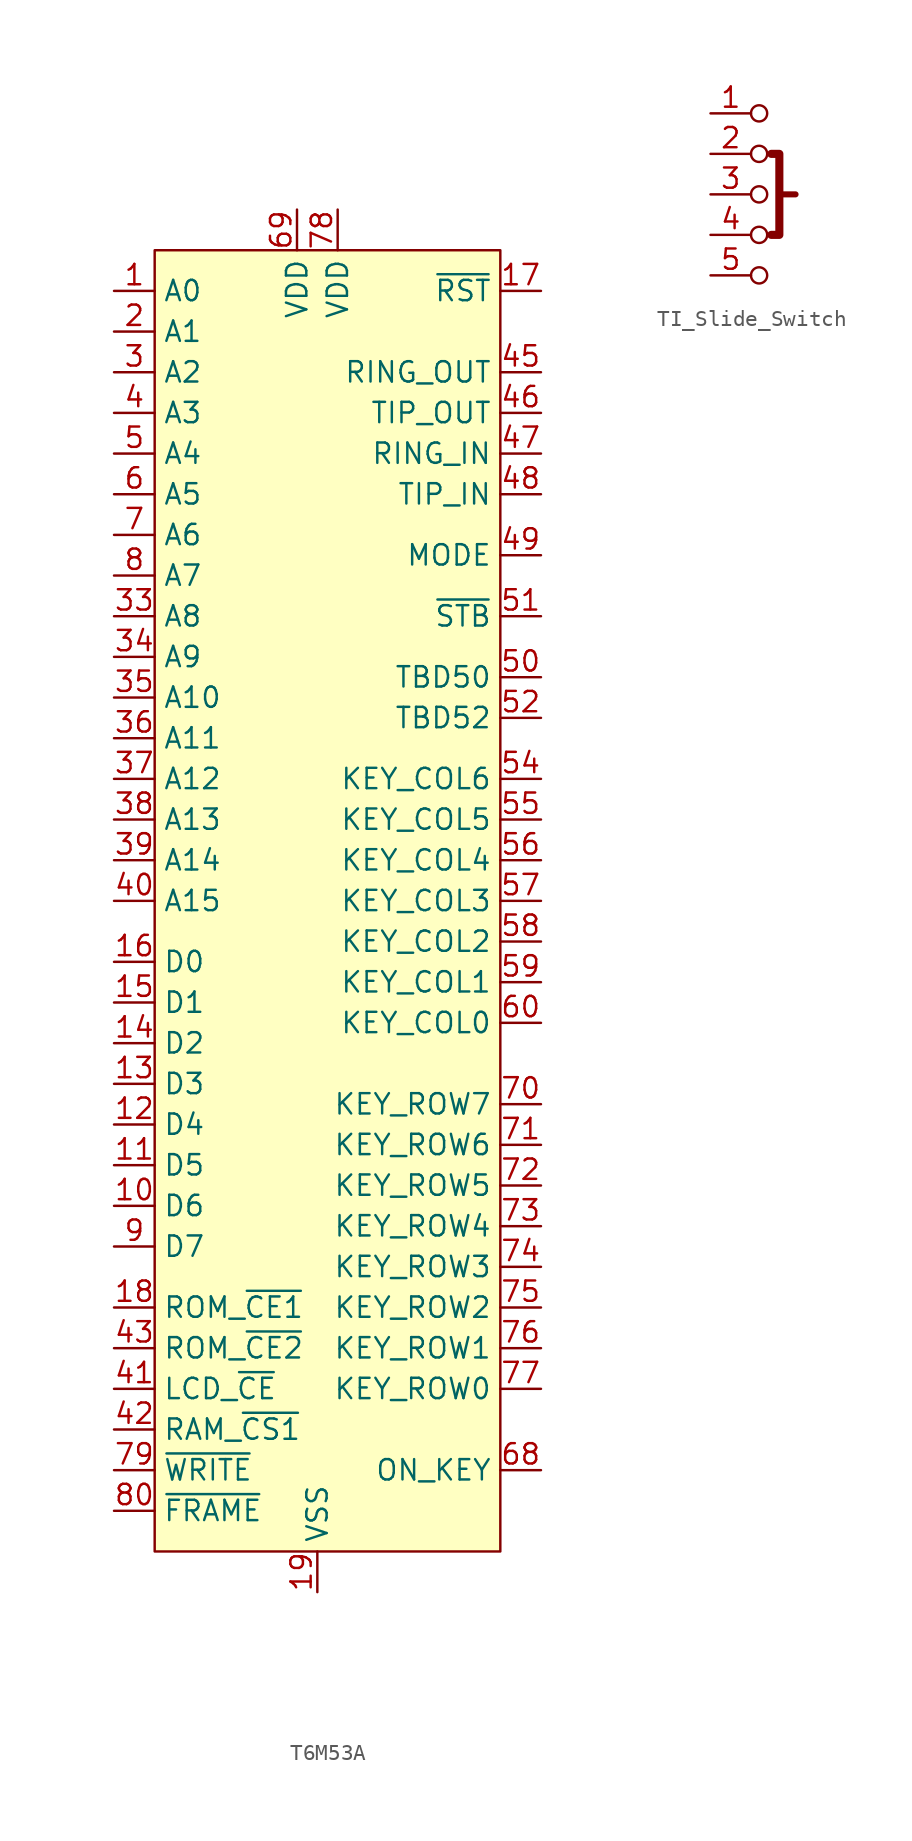
<source format=kicad_sym>
(kicad_symbol_lib
  (version 20241209)
  (generator "kicad_symbol_editor")
  (generator_version "9.0")
  (symbol "T6M53A"
    (property "Reference" "U"
      (at -9.906 41.148 0)
      (effects (font (size 1.27 1.27)) (hide yes)))
    (symbol "T6M53A_1_1"
      (rectangle (start -10.16 38.1) (end 11.43 -43.18) (stroke (width 0) (type solid)) (fill (type color) (color 255 255 194 1)))
      (pin output line (at -12.7 35.56 0) (length 2.54) (name "A0" (effects (font (size 1.27 1.27)))) (number "1" (effects (font (size 1.27 1.27)))))
      (pin output line (at -12.7 33.02 0) (length 2.54) (name "A1" (effects (font (size 1.27 1.27)))) (number "2" (effects (font (size 1.27 1.27)))))
      (pin output line (at -12.7 30.48 0) (length 2.54) (name "A2" (effects (font (size 1.27 1.27)))) (number "3" (effects (font (size 1.27 1.27)))))
      (pin output line (at -12.7 27.94 0) (length 2.54) (name "A3" (effects (font (size 1.27 1.27)))) (number "4" (effects (font (size 1.27 1.27)))))
      (pin output line (at -12.7 25.4 0) (length 2.54) (name "A4" (effects (font (size 1.27 1.27)))) (number "5" (effects (font (size 1.27 1.27)))))
      (pin output line (at -12.7 22.86 0) (length 2.54) (name "A5" (effects (font (size 1.27 1.27)))) (number "6" (effects (font (size 1.27 1.27)))))
      (pin output line (at -12.7 20.32 0) (length 2.54) (name "A6" (effects (font (size 1.27 1.27)))) (number "7" (effects (font (size 1.27 1.27)))))
      (pin output line (at -12.7 17.78 0) (length 2.54) (name "A7" (effects (font (size 1.27 1.27)))) (number "8" (effects (font (size 1.27 1.27)))))
      (pin output line (at -12.7 15.24 0) (length 2.54) (name "A8" (effects (font (size 1.27 1.27)))) (number "33" (effects (font (size 1.27 1.27)))))
      (pin output line (at -12.7 12.7 0) (length 2.54) (name "A9" (effects (font (size 1.27 1.27)))) (number "34" (effects (font (size 1.27 1.27)))))
      (pin output line (at -12.7 10.16 0) (length 2.54) (name "A10" (effects (font (size 1.27 1.27)))) (number "35" (effects (font (size 1.27 1.27)))))
      (pin output line (at -12.7 7.62 0) (length 2.54) (name "A11" (effects (font (size 1.27 1.27)))) (number "36" (effects (font (size 1.27 1.27)))))
      (pin output line (at -12.7 5.08 0) (length 2.54) (name "A12" (effects (font (size 1.27 1.27)))) (number "37" (effects (font (size 1.27 1.27)))))
      (pin output line (at -12.7 2.54 0) (length 2.54) (name "A13" (effects (font (size 1.27 1.27)))) (number "38" (effects (font (size 1.27 1.27)))))
      (pin output line (at -12.7 0 0) (length 2.54) (name "A14" (effects (font (size 1.27 1.27)))) (number "39" (effects (font (size 1.27 1.27)))))
      (pin output line (at -12.7 -2.54 0) (length 2.54) (name "A15" (effects (font (size 1.27 1.27)))) (number "40" (effects (font (size 1.27 1.27)))))
      (pin bidirectional line (at -12.7 -6.35 0) (length 2.54) (name "D0" (effects (font (size 1.27 1.27)))) (number "16" (effects (font (size 1.27 1.27)))))
      (pin bidirectional line (at -12.7 -8.89 0) (length 2.54) (name "D1" (effects (font (size 1.27 1.27)))) (number "15" (effects (font (size 1.27 1.27)))))
      (pin bidirectional line (at -12.7 -11.43 0) (length 2.54) (name "D2" (effects (font (size 1.27 1.27)))) (number "14" (effects (font (size 1.27 1.27)))))
      (pin bidirectional line (at -12.7 -13.97 0) (length 2.54) (name "D3" (effects (font (size 1.27 1.27)))) (number "13" (effects (font (size 1.27 1.27)))))
      (pin bidirectional line (at -12.7 -16.51 0) (length 2.54) (name "D4" (effects (font (size 1.27 1.27)))) (number "12" (effects (font (size 1.27 1.27)))))
      (pin bidirectional line (at -12.7 -19.05 0) (length 2.54) (name "D5" (effects (font (size 1.27 1.27)))) (number "11" (effects (font (size 1.27 1.27)))))
      (pin bidirectional line (at -12.7 -21.59 0) (length 2.54) (name "D6" (effects (font (size 1.27 1.27)))) (number "10" (effects (font (size 1.27 1.27)))))
      (pin bidirectional line (at -12.7 -24.13 0) (length 2.54) (name "D7" (effects (font (size 1.27 1.27)))) (number "9" (effects (font (size 1.27 1.27)))))
      (pin output line (at -12.7 -27.94 0) (length 2.54) (name "ROM_~{CE1}" (effects (font (size 1.27 1.27)))) (number "18" (effects (font (size 1.27 1.27)))))
      (pin output line (at -12.7 -30.48 0) (length 2.54) (name "ROM_~{CE2}" (effects (font (size 1.27 1.27)))) (number "43" (effects (font (size 1.27 1.27)))))
      (pin output line (at -12.7 -33.02 0) (length 2.54) (name "LCD_~{CE}" (effects (font (size 1.27 1.27)))) (number "41" (effects (font (size 1.27 1.27)))))
      (pin output line (at -12.7 -35.56 0) (length 2.54) (name "RAM_~{CS1}" (effects (font (size 1.27 1.27)))) (number "42" (effects (font (size 1.27 1.27)))))
      (pin output line (at -12.7 -38.1 0) (length 2.54) (name "~{WRITE}" (effects (font (size 1.27 1.27)))) (number "79" (effects (font (size 1.27 1.27)))))
      (pin output line (at -12.7 -40.64 0) (length 2.54) (name "~{FRAME}" (effects (font (size 1.27 1.27)))) (number "80" (effects (font (size 1.27 1.27)))))
      (pin power_in line (at -1.27 40.64 270) (length 2.54) (name "VDD" (effects (font (size 1.27 1.27)))) (number "69" (effects (font (size 1.27 1.27)))))
      (pin power_in line (at 0 -45.72 90) (length 2.54) (name "VSS" (effects (font (size 1.27 1.27)))) (number "19" (effects (font (size 1.27 1.27)))))
      (pin power_in line (at 1.27 40.64 270) (length 2.54) (name "VDD" (effects (font (size 1.27 1.27)))) (number "78" (effects (font (size 1.27 1.27)))))
      (pin input line (at 13.97 35.56 180) (length 2.54) (name "~{RST}" (effects (font (size 1.27 1.27)))) (number "17" (effects (font (size 1.27 1.27)))))
      (pin output line (at 13.97 30.48 180) (length 2.54) (name "RING_OUT" (effects (font (size 1.27 1.27)))) (number "45" (effects (font (size 1.27 1.27)))))
      (pin output line (at 13.97 27.94 180) (length 2.54) (name "TIP_OUT" (effects (font (size 1.27 1.27)))) (number "46" (effects (font (size 1.27 1.27)))))
      (pin input line (at 13.97 25.4 180) (length 2.54) (name "RING_IN" (effects (font (size 1.27 1.27)))) (number "47" (effects (font (size 1.27 1.27)))))
      (pin input line (at 13.97 22.86 180) (length 2.54) (name "TIP_IN" (effects (font (size 1.27 1.27)))) (number "48" (effects (font (size 1.27 1.27)))))
      (pin input line (at 13.97 19.05 180) (length 2.54) (name "MODE" (effects (font (size 1.27 1.27)))) (number "49" (effects (font (size 1.27 1.27)))))
      (pin output line (at 13.97 15.24 180) (length 2.54) (name "~{STB}" (effects (font (size 1.27 1.27)))) (number "51" (effects (font (size 1.27 1.27)))))
      (pin output line (at 13.97 11.43 180) (length 2.54) (name "TBD50" (effects (font (size 1.27 1.27)))) (number "50" (effects (font (size 1.27 1.27)))))
      (pin input line (at 13.97 8.89 180) (length 2.54) (name "TBD52" (effects (font (size 1.27 1.27)))) (number "52" (effects (font (size 1.27 1.27)))))
      (pin output line (at 13.97 5.08 180) (length 2.54) (name "KEY_COL6" (effects (font (size 1.27 1.27)))) (number "54" (effects (font (size 1.27 1.27)))))
      (pin output line (at 13.97 2.54 180) (length 2.54) (name "KEY_COL5" (effects (font (size 1.27 1.27)))) (number "55" (effects (font (size 1.27 1.27)))))
      (pin output line (at 13.97 0 180) (length 2.54) (name "KEY_COL4" (effects (font (size 1.27 1.27)))) (number "56" (effects (font (size 1.27 1.27)))))
      (pin output line (at 13.97 -2.54 180) (length 2.54) (name "KEY_COL3" (effects (font (size 1.27 1.27)))) (number "57" (effects (font (size 1.27 1.27)))))
      (pin output line (at 13.97 -5.08 180) (length 2.54) (name "KEY_COL2" (effects (font (size 1.27 1.27)))) (number "58" (effects (font (size 1.27 1.27)))))
      (pin output line (at 13.97 -7.62 180) (length 2.54) (name "KEY_COL1" (effects (font (size 1.27 1.27)))) (number "59" (effects (font (size 1.27 1.27)))))
      (pin output line (at 13.97 -10.16 180) (length 2.54) (name "KEY_COL0" (effects (font (size 1.27 1.27)))) (number "60" (effects (font (size 1.27 1.27)))))
      (pin input line (at 13.97 -15.24 180) (length 2.54) (name "KEY_ROW7" (effects (font (size 1.27 1.27)))) (number "70" (effects (font (size 1.27 1.27)))))
      (pin input line (at 13.97 -17.78 180) (length 2.54) (name "KEY_ROW6" (effects (font (size 1.27 1.27)))) (number "71" (effects (font (size 1.27 1.27)))))
      (pin input line (at 13.97 -20.32 180) (length 2.54) (name "KEY_ROW5" (effects (font (size 1.27 1.27)))) (number "72" (effects (font (size 1.27 1.27)))))
      (pin input line (at 13.97 -22.86 180) (length 2.54) (name "KEY_ROW4" (effects (font (size 1.27 1.27)))) (number "73" (effects (font (size 1.27 1.27)))))
      (pin input line (at 13.97 -25.4 180) (length 2.54) (name "KEY_ROW3" (effects (font (size 1.27 1.27)))) (number "74" (effects (font (size 1.27 1.27)))))
      (pin input line (at 13.97 -27.94 180) (length 2.54) (name "KEY_ROW2" (effects (font (size 1.27 1.27)))) (number "75" (effects (font (size 1.27 1.27)))))
      (pin input line (at 13.97 -30.48 180) (length 2.54) (name "KEY_ROW1" (effects (font (size 1.27 1.27)))) (number "76" (effects (font (size 1.27 1.27)))))
      (pin input line (at 13.97 -33.02 180) (length 2.54) (name "KEY_ROW0" (effects (font (size 1.27 1.27)))) (number "77" (effects (font (size 1.27 1.27)))))
      (pin input line (at 13.97 -38.1 180) (length 2.54) (name "ON_KEY" (effects (font (size 1.27 1.27)))) (number "68" (effects (font (size 1.27 1.27)))))))
  (symbol "TI_Slide_Switch"
    (property "Reference" "SW"
      (at 4.826 1.778 0)
      (effects (font (size 1.27 1.27)) (hide yes)))
    (symbol "TI_Slide_Switch_0_1"
      (circle (center 1.778 5.08) (radius 0.508) (stroke (width 0) (type default)) (fill (type none)))
      (circle (center 1.778 2.54) (radius 0.508) (stroke (width 0) (type default)) (fill (type none)))
      (circle (center 1.778 0) (radius 0.508) (stroke (width 0) (type default)) (fill (type none)))
      (circle (center 1.778 -2.54) (radius 0.508) (stroke (width 0) (type default)) (fill (type none)))
      (circle (center 1.778 -5.08) (radius 0.508) (stroke (width 0) (type default)) (fill (type none)))
      (polyline (pts (xy 2.54 2.54) (xy 3.048 2.54) (xy 3.048 -2.54) (xy 2.54 -2.54)) (stroke (width 0.508) (type default)) (fill (type none))))
    (symbol "TI_Slide_Switch_1_1"
      (polyline (pts (xy 3.048 0) (xy 4.064 0)) (stroke (width 0.381) (type solid)) (fill (type none)))
      (pin passive line (at -1.27 5.08 0) (length 2.54) (name "" (effects (font (size 1.27 1.27)))) (number "1" (effects (font (size 1.27 1.27)))))
      (pin passive line (at -1.27 2.54 0) (length 2.54) (name "" (effects (font (size 1.27 1.27)))) (number "2" (effects (font (size 1.27 1.27)))))
      (pin passive line (at -1.27 0 0) (length 2.54) (name "" (effects (font (size 1.27 1.27)))) (number "3" (effects (font (size 1.27 1.27)))))
      (pin passive line (at -1.27 -2.54 0) (length 2.54) (name "" (effects (font (size 1.27 1.27)))) (number "4" (effects (font (size 1.27 1.27)))))
      (pin passive line (at -1.27 -5.08 0) (length 2.54) (name "" (effects (font (size 1.27 1.27)))) (number "5" (effects (font (size 1.27 1.27))))))))
</source>
